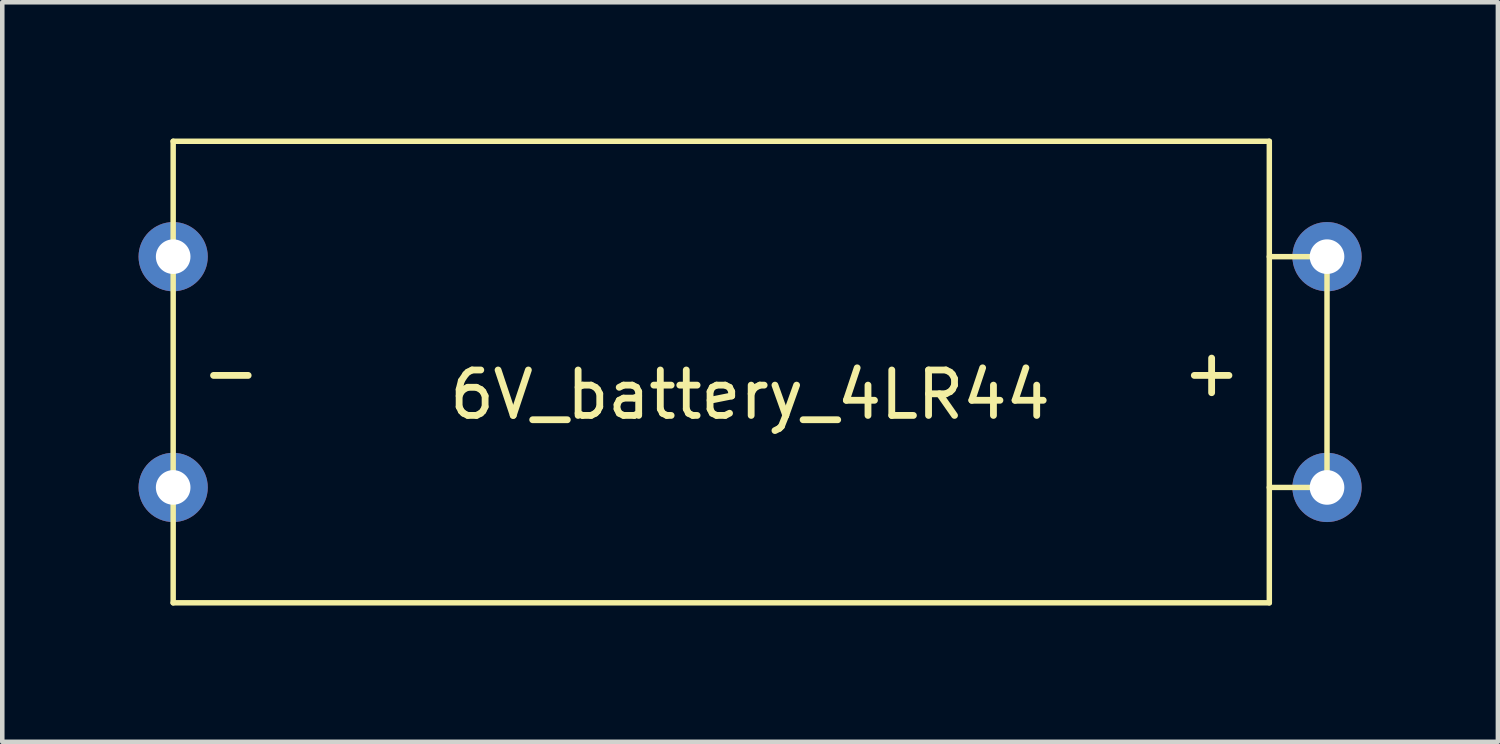
<source format=kicad_pcb>
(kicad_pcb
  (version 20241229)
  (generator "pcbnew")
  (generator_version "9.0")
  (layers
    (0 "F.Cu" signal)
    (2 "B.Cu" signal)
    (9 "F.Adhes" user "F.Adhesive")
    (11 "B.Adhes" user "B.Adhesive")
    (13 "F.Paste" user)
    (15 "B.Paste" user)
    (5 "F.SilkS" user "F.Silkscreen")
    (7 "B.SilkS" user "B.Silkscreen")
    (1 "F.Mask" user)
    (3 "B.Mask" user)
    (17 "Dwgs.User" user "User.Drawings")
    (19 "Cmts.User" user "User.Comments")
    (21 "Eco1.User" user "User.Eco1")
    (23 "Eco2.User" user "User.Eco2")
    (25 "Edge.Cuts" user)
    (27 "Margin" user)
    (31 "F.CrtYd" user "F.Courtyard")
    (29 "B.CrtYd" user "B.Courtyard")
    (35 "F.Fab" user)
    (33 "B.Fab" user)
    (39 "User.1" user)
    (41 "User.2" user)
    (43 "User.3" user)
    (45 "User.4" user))
  (footprint "6V_battery_4LR44"
    (layer "F.Cu")
    (at 13.462 5.14)
    (property "Reference" "6V_battery_4LR44" (at 0 0.5 0) (layer "F.SilkS") (effects (font (size 1 1) (thickness 0.15))))
    (attr through_hole)
    (fp_line (start -12.7 -5.08) (end -12.7 5.08) (stroke (width 0.12) (type solid)) (layer "F.SilkS"))
    (fp_line (start -12.7 5.08) (end 11.43 5.08) (stroke (width 0.12) (type solid)) (layer "F.SilkS"))
    (fp_line (start 11.43 -5.08) (end -12.7 -5.08) (stroke (width 0.12) (type solid)) (layer "F.SilkS"))
    (fp_line (start 11.43 -2.54) (end 12.7 -2.54) (stroke (width 0.12) (type solid)) (layer "F.SilkS"))
    (fp_line (start 11.43 5.08) (end 11.43 -5.08) (stroke (width 0.12) (type solid)) (layer "F.SilkS"))
    (fp_line (start 12.7 -2.54) (end 12.7 2.54) (stroke (width 0.12) (type solid)) (layer "F.SilkS"))
    (fp_line (start 12.7 2.54) (end 11.43 2.54) (stroke (width 0.12) (type solid)) (layer "F.SilkS"))
    (fp_text user "-" (at -11.43 0 0) (layer "F.SilkS") (effects (font (size 1 1) (thickness 0.15))))
    (fp_text user "+" (at 10.16 0 0) (layer "F.SilkS") (effects (font (size 1 1) (thickness 0.15))))
    (pad "1" thru_hole circle (at 12.7 -2.54) (size 1.524 1.524) (drill 0.762) (layers "*.Cu" "*.Mask"))
    (pad "1" thru_hole circle (at 12.7 2.54) (size 1.524 1.524) (drill 0.762) (layers "*.Cu" "*.Mask"))
    (pad "2" thru_hole circle (at -12.7 -2.54) (size 1.524 1.524) (drill 0.762) (layers "*.Cu" "*.Mask"))
    (pad "2" thru_hole circle (at -12.7 2.54) (size 1.524 1.524) (drill 0.762) (layers "*.Cu" "*.Mask")))
  (gr_rect
    (start -3 -3)
    (end 29.924 13.28)
    (stroke (width 0.1) (type default))
    (fill no)
    (layer "Edge.Cuts")))
</source>
